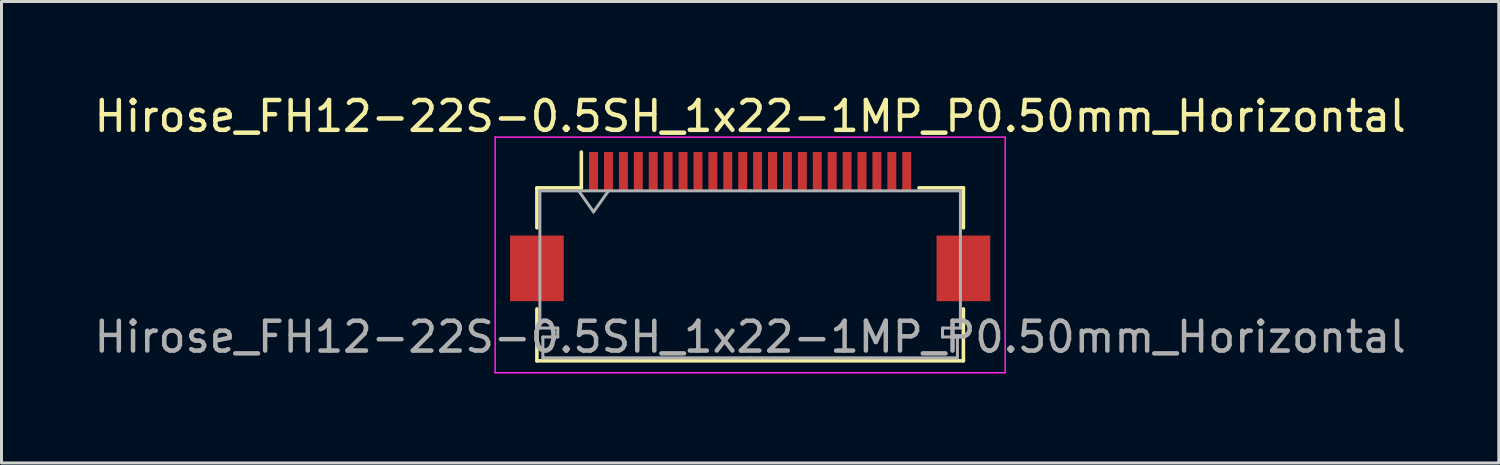
<source format=kicad_pcb>
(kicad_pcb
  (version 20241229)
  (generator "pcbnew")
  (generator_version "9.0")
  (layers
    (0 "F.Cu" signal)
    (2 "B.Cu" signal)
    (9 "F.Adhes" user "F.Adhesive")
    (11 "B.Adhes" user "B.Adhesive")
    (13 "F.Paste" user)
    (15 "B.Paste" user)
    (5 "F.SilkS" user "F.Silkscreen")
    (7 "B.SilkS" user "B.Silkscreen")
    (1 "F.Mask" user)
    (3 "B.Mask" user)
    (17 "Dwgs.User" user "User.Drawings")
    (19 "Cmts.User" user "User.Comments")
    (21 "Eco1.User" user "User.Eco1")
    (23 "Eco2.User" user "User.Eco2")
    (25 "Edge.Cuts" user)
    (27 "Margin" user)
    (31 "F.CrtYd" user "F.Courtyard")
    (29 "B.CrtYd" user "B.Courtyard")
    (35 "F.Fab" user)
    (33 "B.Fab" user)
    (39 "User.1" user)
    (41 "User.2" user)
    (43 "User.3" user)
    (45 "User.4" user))
  (footprint "Hirose_FH12-22S-0.5SH_1x22-1MP_P0.50mm_Horizontal"
    (layer "F.Cu")
    (at 22.101 4.548)
    (property "Reference" "Hirose_FH12-22S-0.5SH_1x22-1MP_P0.50mm_Horizontal" (at 0 -3.7 180) (layer "F.SilkS") (effects (font (size 1 1) (thickness 0.15))))
    (attr smd)
    (fp_line (start -7.15 -1.3) (end -7.15 0.04) (stroke (width 0.12) (type solid)) (layer "F.SilkS"))
    (fp_line (start -7.15 2.76) (end -7.15 4.5) (stroke (width 0.12) (type solid)) (layer "F.SilkS"))
    (fp_line (start -7.15 4.5) (end 7.15 4.5) (stroke (width 0.12) (type solid)) (layer "F.SilkS"))
    (fp_line (start -5.66 -1.3) (end -7.15 -1.3) (stroke (width 0.12) (type solid)) (layer "F.SilkS"))
    (fp_line (start -5.66 -1.3) (end -5.66 -2.5) (stroke (width 0.12) (type solid)) (layer "F.SilkS"))
    (fp_line (start 5.66 -1.3) (end 7.15 -1.3) (stroke (width 0.12) (type solid)) (layer "F.SilkS"))
    (fp_line (start 7.15 -1.3) (end 7.15 0.04) (stroke (width 0.12) (type solid)) (layer "F.SilkS"))
    (fp_line (start 7.15 4.5) (end 7.15 2.76) (stroke (width 0.12) (type solid)) (layer "F.SilkS"))
    (fp_line (start -8.55 -3) (end -8.55 4.9) (stroke (width 0.05) (type solid)) (layer "F.CrtYd"))
    (fp_line (start -8.55 4.9) (end 8.55 4.9) (stroke (width 0.05) (type solid)) (layer "F.CrtYd"))
    (fp_line (start 8.55 -3) (end -8.55 -3) (stroke (width 0.05) (type solid)) (layer "F.CrtYd"))
    (fp_line (start 8.55 4.9) (end 8.55 -3) (stroke (width 0.05) (type solid)) (layer "F.CrtYd"))
    (fp_line (start -7.05 -1.2) (end -7.05 3.4) (stroke (width 0.1) (type solid)) (layer "F.Fab"))
    (fp_line (start -7.05 3.4) (end -6.45 3.4) (stroke (width 0.1) (type solid)) (layer "F.Fab"))
    (fp_line (start -6.95 3.7) (end -6.95 4.4) (stroke (width 0.1) (type solid)) (layer "F.Fab"))
    (fp_line (start -6.95 4.4) (end 0 4.4) (stroke (width 0.1) (type solid)) (layer "F.Fab"))
    (fp_line (start -6.45 3.4) (end -6.45 3.7) (stroke (width 0.1) (type solid)) (layer "F.Fab"))
    (fp_line (start -6.45 3.7) (end -6.95 3.7) (stroke (width 0.1) (type solid)) (layer "F.Fab"))
    (fp_line (start -5.75 -1.2) (end -5.25 -0.493) (stroke (width 0.1) (type solid)) (layer "F.Fab"))
    (fp_line (start -5.25 -0.493) (end -4.75 -1.2) (stroke (width 0.1) (type solid)) (layer "F.Fab"))
    (fp_line (start 0 -1.2) (end -7.05 -1.2) (stroke (width 0.1) (type solid)) (layer "F.Fab"))
    (fp_line (start 0 -1.2) (end 7.05 -1.2) (stroke (width 0.1) (type solid)) (layer "F.Fab"))
    (fp_line (start 6.45 3.4) (end 6.45 3.7) (stroke (width 0.1) (type solid)) (layer "F.Fab"))
    (fp_line (start 6.45 3.7) (end 6.95 3.7) (stroke (width 0.1) (type solid)) (layer "F.Fab"))
    (fp_line (start 6.95 3.7) (end 6.95 4.4) (stroke (width 0.1) (type solid)) (layer "F.Fab"))
    (fp_line (start 6.95 4.4) (end 0 4.4) (stroke (width 0.1) (type solid)) (layer "F.Fab"))
    (fp_line (start 7.05 -1.2) (end 7.05 3.4) (stroke (width 0.1) (type solid)) (layer "F.Fab"))
    (fp_line (start 7.05 3.4) (end 6.45 3.4) (stroke (width 0.1) (type solid)) (layer "F.Fab"))
    (fp_text user "${REFERENCE}" (at 0 3.7 180) (layer "F.Fab") (effects (font (size 1 1) (thickness 0.15))))
    (pad "1" smd rect (at -5.25 -1.85) (size 0.3 1.3) (layers "F.Cu" "F.Mask" "F.Paste"))
    (pad "2" smd rect (at -4.75 -1.85) (size 0.3 1.3) (layers "F.Cu" "F.Mask" "F.Paste"))
    (pad "3" smd rect (at -4.25 -1.85) (size 0.3 1.3) (layers "F.Cu" "F.Mask" "F.Paste"))
    (pad "4" smd rect (at -3.75 -1.85) (size 0.3 1.3) (layers "F.Cu" "F.Mask" "F.Paste"))
    (pad "5" smd rect (at -3.25 -1.85) (size 0.3 1.3) (layers "F.Cu" "F.Mask" "F.Paste"))
    (pad "6" smd rect (at -2.75 -1.85) (size 0.3 1.3) (layers "F.Cu" "F.Mask" "F.Paste"))
    (pad "7" smd rect (at -2.25 -1.85) (size 0.3 1.3) (layers "F.Cu" "F.Mask" "F.Paste"))
    (pad "8" smd rect (at -1.75 -1.85) (size 0.3 1.3) (layers "F.Cu" "F.Mask" "F.Paste"))
    (pad "9" smd rect (at -1.25 -1.85) (size 0.3 1.3) (layers "F.Cu" "F.Mask" "F.Paste"))
    (pad "10" smd rect (at -0.75 -1.85) (size 0.3 1.3) (layers "F.Cu" "F.Mask" "F.Paste"))
    (pad "11" smd rect (at -0.25 -1.85) (size 0.3 1.3) (layers "F.Cu" "F.Mask" "F.Paste"))
    (pad "12" smd rect (at 0.25 -1.85) (size 0.3 1.3) (layers "F.Cu" "F.Mask" "F.Paste"))
    (pad "13" smd rect (at 0.75 -1.85) (size 0.3 1.3) (layers "F.Cu" "F.Mask" "F.Paste"))
    (pad "14" smd rect (at 1.25 -1.85) (size 0.3 1.3) (layers "F.Cu" "F.Mask" "F.Paste"))
    (pad "15" smd rect (at 1.75 -1.85) (size 0.3 1.3) (layers "F.Cu" "F.Mask" "F.Paste"))
    (pad "16" smd rect (at 2.25 -1.85) (size 0.3 1.3) (layers "F.Cu" "F.Mask" "F.Paste"))
    (pad "17" smd rect (at 2.75 -1.85) (size 0.3 1.3) (layers "F.Cu" "F.Mask" "F.Paste"))
    (pad "18" smd rect (at 3.25 -1.85) (size 0.3 1.3) (layers "F.Cu" "F.Mask" "F.Paste"))
    (pad "19" smd rect (at 3.75 -1.85) (size 0.3 1.3) (layers "F.Cu" "F.Mask" "F.Paste"))
    (pad "20" smd rect (at 4.25 -1.85) (size 0.3 1.3) (layers "F.Cu" "F.Mask" "F.Paste"))
    (pad "21" smd rect (at 4.75 -1.85) (size 0.3 1.3) (layers "F.Cu" "F.Mask" "F.Paste"))
    (pad "22" smd rect (at 5.25 -1.85) (size 0.3 1.3) (layers "F.Cu" "F.Mask" "F.Paste"))
    (pad "MP" smd rect (at -7.15 1.4) (size 1.8 2.2) (layers "F.Cu" "F.Mask" "F.Paste"))
    (pad "MP" smd rect (at 7.15 1.4) (size 1.8 2.2) (layers "F.Cu" "F.Mask" "F.Paste")))
  (gr_rect
    (start -3 -3)
    (end 47.202 12.473)
    (stroke (width 0.1) (type default))
    (fill no)
    (layer "Edge.Cuts")))
</source>
